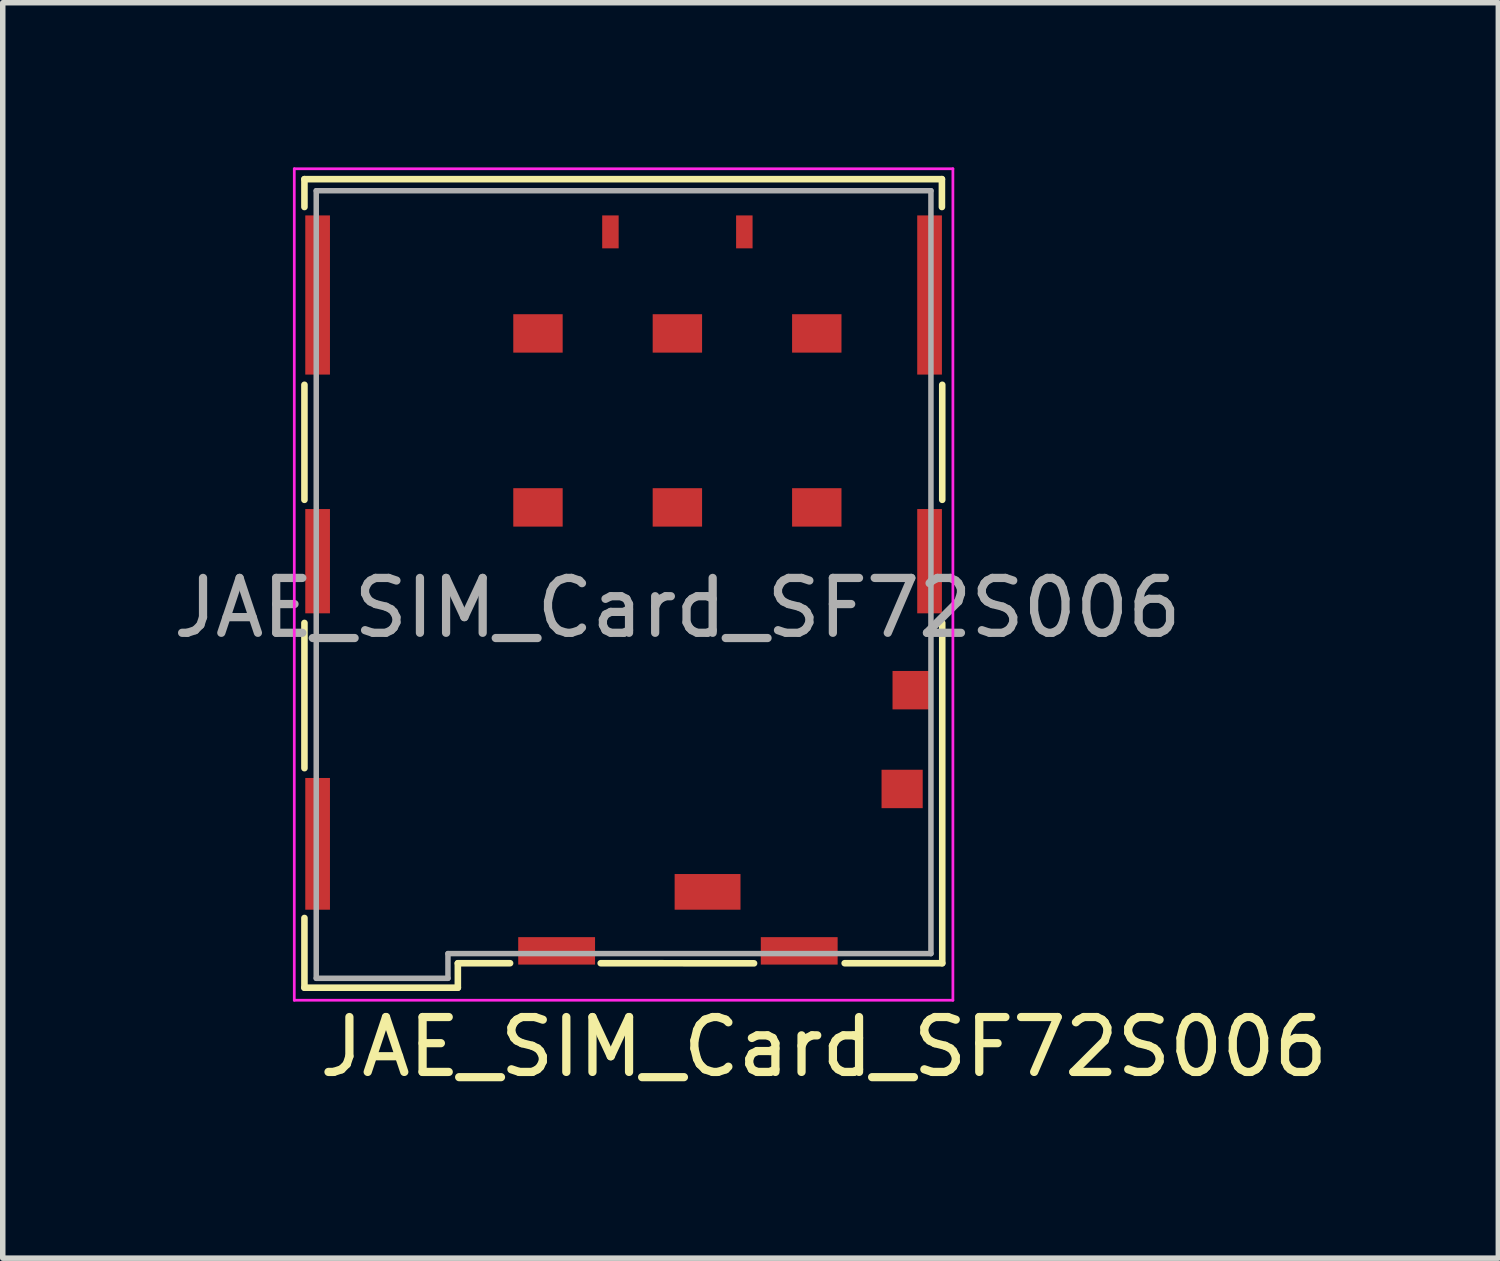
<source format=kicad_pcb>
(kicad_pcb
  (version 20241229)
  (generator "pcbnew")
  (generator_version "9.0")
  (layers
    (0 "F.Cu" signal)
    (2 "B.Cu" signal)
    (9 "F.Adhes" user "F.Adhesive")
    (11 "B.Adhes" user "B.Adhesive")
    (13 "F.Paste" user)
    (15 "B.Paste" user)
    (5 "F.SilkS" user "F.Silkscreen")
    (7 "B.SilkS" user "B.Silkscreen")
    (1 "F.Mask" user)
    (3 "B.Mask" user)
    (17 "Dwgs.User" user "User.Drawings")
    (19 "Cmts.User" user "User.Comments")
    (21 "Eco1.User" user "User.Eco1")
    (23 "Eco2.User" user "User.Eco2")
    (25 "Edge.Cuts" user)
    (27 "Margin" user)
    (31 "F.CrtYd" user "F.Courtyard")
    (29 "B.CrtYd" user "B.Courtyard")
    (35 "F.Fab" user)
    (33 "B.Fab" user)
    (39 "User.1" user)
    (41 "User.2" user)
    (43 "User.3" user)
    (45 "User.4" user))
  (footprint "JAE_SIM_Card_SF72S006"
    (layer "F.Cu")
    (at 9.292 5.485)
    (property "Reference" "JAE_SIM_Card_SF72S006" (at 2.667 10.541 180) (layer "F.SilkS") (effects (font (size 1 1) (thickness 0.15))))
    (attr smd)
    (fp_line (start -6.795 -4.763) (end -6.795 -5.271) (stroke (width 0.12) (type solid)) (layer "F.SilkS"))
    (fp_line (start -6.795 0.572) (end -6.795 -1.524) (stroke (width 0.12) (type solid)) (layer "F.SilkS"))
    (fp_line (start -6.795 5.461) (end -6.795 2.815) (stroke (width 0.12) (type solid)) (layer "F.SilkS"))
    (fp_line (start -6.795 9.461) (end -6.795 8.191) (stroke (width 0.12) (type solid)) (layer "F.SilkS"))
    (fp_line (start -4 9.461) (end -6.795 9.461) (stroke (width 0.12) (type solid)) (layer "F.SilkS"))
    (fp_line (start -4 9.461) (end -4 9.017) (stroke (width 0.12) (type solid)) (layer "F.SilkS"))
    (fp_line (start -3.048 9.015) (end -4 9.015) (stroke (width 0.12) (type solid)) (layer "F.SilkS"))
    (fp_line (start 1.397 9.017) (end -1.397 9.015) (stroke (width 0.12) (type solid)) (layer "F.SilkS"))
    (fp_line (start 4.82 -5.271) (end -6.795 -5.271) (stroke (width 0.12) (type solid)) (layer "F.SilkS"))
    (fp_line (start 4.82 -5.271) (end 4.82 -4.763) (stroke (width 0.12) (type solid)) (layer "F.SilkS"))
    (fp_line (start 4.826 -1.524) (end 4.826 0.572) (stroke (width 0.12) (type solid)) (layer "F.SilkS"))
    (fp_line (start 4.826 2.815) (end 4.826 9.015) (stroke (width 0.12) (type solid)) (layer "F.SilkS"))
    (fp_line (start 4.826 9.015) (end 3.048 9.015) (stroke (width 0.12) (type solid)) (layer "F.SilkS"))
    (fp_line (start -6.98 -5.46) (end -6.98 9.69) (stroke (width 0.05) (type solid)) (layer "F.CrtYd"))
    (fp_line (start -6.98 9.69) (end 5.02 9.69) (stroke (width 0.05) (type solid)) (layer "F.CrtYd"))
    (fp_line (start 5.02 -5.46) (end -6.98 -5.46) (stroke (width 0.05) (type solid)) (layer "F.CrtYd"))
    (fp_line (start 5.02 9.69) (end 5.02 -5.46) (stroke (width 0.05) (type solid)) (layer "F.CrtYd"))
    (fp_line (start -6.58 9.29) (end -6.58 -5.06) (stroke (width 0.1) (type solid)) (layer "F.Fab"))
    (fp_line (start -4.18 8.84) (end -4.18 9.29) (stroke (width 0.1) (type solid)) (layer "F.Fab"))
    (fp_line (start -4.18 9.29) (end -6.58 9.29) (stroke (width 0.1) (type solid)) (layer "F.Fab"))
    (fp_line (start 4.62 -5.06) (end -6.58 -5.06) (stroke (width 0.1) (type solid)) (layer "F.Fab"))
    (fp_line (start 4.62 -5.06) (end 4.62 8.84) (stroke (width 0.1) (type solid)) (layer "F.Fab"))
    (fp_line (start 4.62 8.84) (end -4.18 8.84) (stroke (width 0.1) (type solid)) (layer "F.Fab"))
    (fp_text user "${REFERENCE}" (at 0 2.54 180) (layer "F.Fab") (effects (font (size 1 1) (thickness 0.15))))
    (pad "C1" smd rect (at -2.54 -2.46 180) (size 0.9 0.7) (layers "F.Cu" "F.Mask" "F.Paste"))
    (pad "C2" smd rect (at 0 -2.46 180) (size 0.9 0.7) (layers "F.Cu" "F.Mask" "F.Paste"))
    (pad "C3" smd rect (at 2.54 -2.46 180) (size 0.9 0.7) (layers "F.Cu" "F.Mask" "F.Paste"))
    (pad "C5" smd rect (at -2.54 0.71 180) (size 0.9 0.7) (layers "F.Cu" "F.Mask" "F.Paste"))
    (pad "C6" smd rect (at 0 0.71 180) (size 0.9 0.7) (layers "F.Cu" "F.Mask" "F.Paste"))
    (pad "C7" smd rect (at 2.54 0.71 180) (size 0.9 0.7) (layers "F.Cu" "F.Mask" "F.Paste"))
    (pad "CSW" smd rect (at 4.27 4.04 180) (size 0.7 0.7) (layers "F.Cu" "F.Mask" "F.Paste"))
    (pad "DSW" smd rect (at 0.55 7.715 180) (size 1.2 0.65) (layers "F.Cu" "F.Mask" "F.Paste"))
    (pad "SH" smd rect (at -6.555 -3.16 180) (size 0.45 2.9) (layers "F.Cu" "F.Mask" "F.Paste"))
    (pad "SH" smd rect (at -6.555 1.69 180) (size 0.45 1.9) (layers "F.Cu" "F.Mask" "F.Paste"))
    (pad "SH" smd rect (at -6.555 6.84 180) (size 0.45 2.4) (layers "F.Cu" "F.Mask" "F.Paste"))
    (pad "SH" smd rect (at -2.2 8.79 180) (size 1.4 0.5) (layers "F.Cu" "F.Mask" "F.Paste"))
    (pad "SH" smd rect (at -1.22 -4.31 180) (size 0.3 0.6) (layers "F.Cu" "F.Mask" "F.Paste"))
    (pad "SH" smd rect (at 1.22 -4.31 180) (size 0.3 0.6) (layers "F.Cu" "F.Mask" "F.Paste"))
    (pad "SH" smd rect (at 2.22 8.79 180) (size 1.4 0.5) (layers "F.Cu" "F.Mask" "F.Paste"))
    (pad "SH" smd rect (at 4.095 5.84 180) (size 0.75 0.7) (layers "F.Cu" "F.Mask" "F.Paste"))
    (pad "SH" smd rect (at 4.595 -3.16 180) (size 0.45 2.9) (layers "F.Cu" "F.Mask" "F.Paste"))
    (pad "SH" smd rect (at 4.595 1.69 180) (size 0.45 1.9) (layers "F.Cu" "F.Mask" "F.Paste")))
  (gr_rect
    (start -3 -3)
    (end 24.25 19.874)
    (stroke (width 0.1) (type default))
    (fill no)
    (layer "Edge.Cuts")))
</source>
